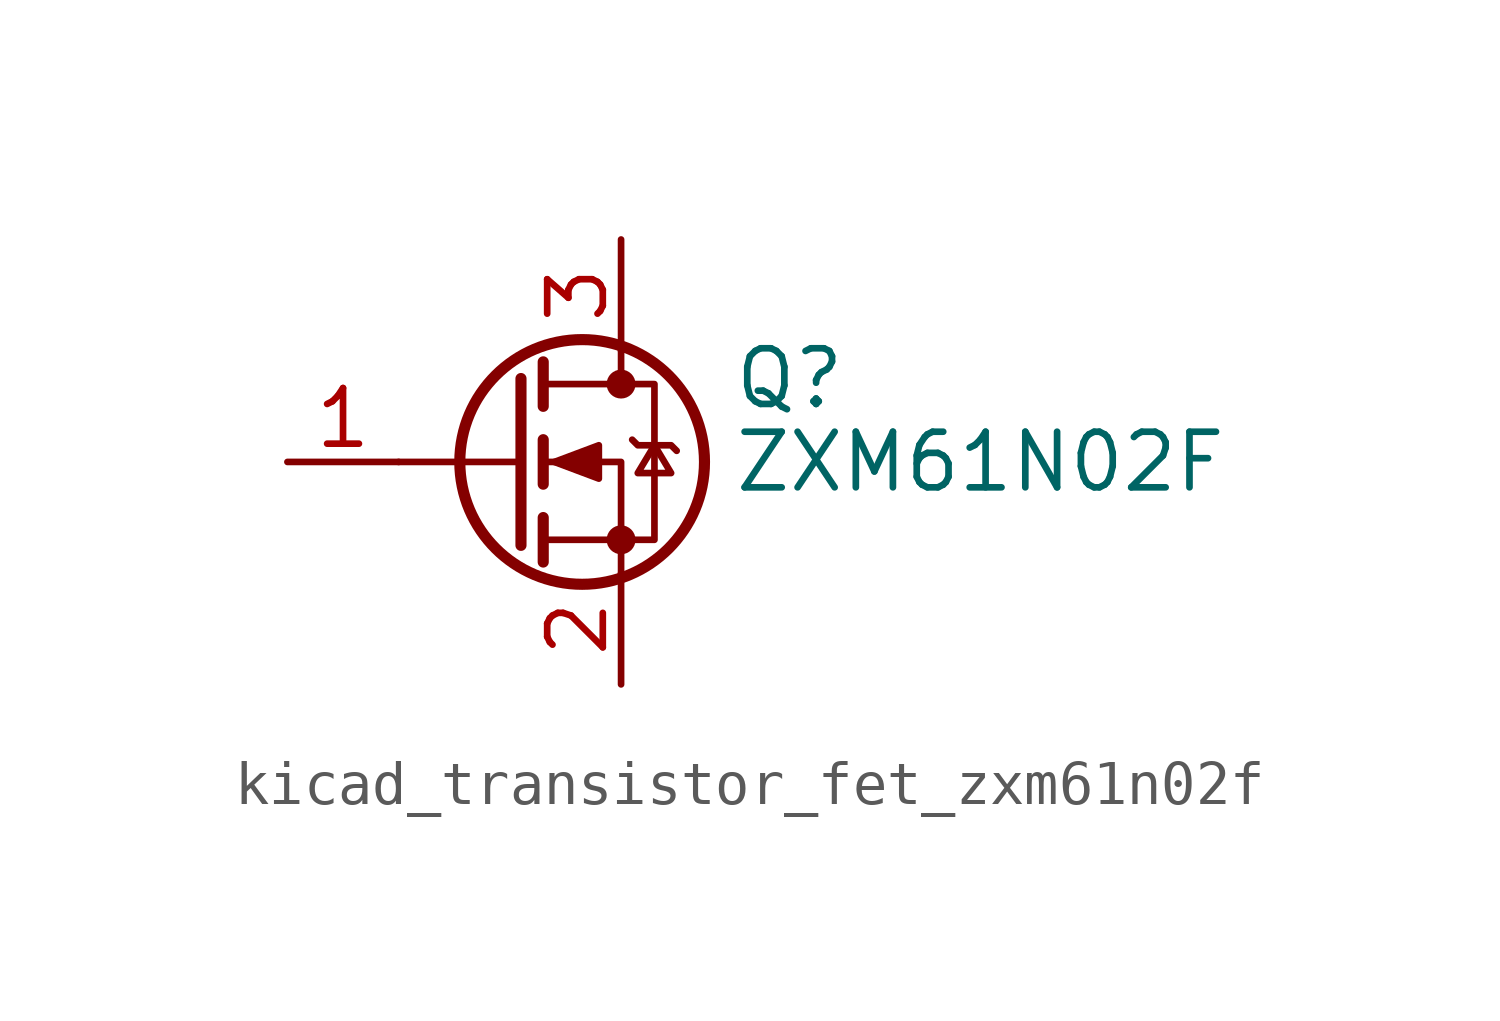
<source format=kicad_sym>
(kicad_symbol_lib
  (version 20220914)
  (generator kicad_symbol_editor)
  (symbol "kicad_transistor_fet_zxm61n02f"
    (pin_names hide)
    (property "Reference" "Q"
      (at 5.08 1.905 0)
      (effects (font (size 1.27 1.27)) (justify left)))
    (property "Value" "ZXM61N02F"
      (at 5.08 0 0)
      (effects (font (size 1.27 1.27)) (justify left)))
    (symbol "kicad_transistor_fet_zxm61n02f_0_1"
      (polyline (pts (xy 0.254 0) (xy -2.54 0)) (stroke (width 0) (type default)) (fill (type none)))
      (polyline (pts (xy 0.254 1.905) (xy 0.254 -1.905)) (stroke (width 0.254) (type default)) (fill (type none)))
      (polyline (pts (xy 0.762 -1.27) (xy 0.762 -2.286)) (stroke (width 0.254) (type default)) (fill (type none)))
      (polyline (pts (xy 0.762 0.508) (xy 0.762 -0.508)) (stroke (width 0.254) (type default)) (fill (type none)))
      (polyline (pts (xy 0.762 2.286) (xy 0.762 1.27)) (stroke (width 0.254) (type default)) (fill (type none)))
      (polyline (pts (xy 2.54 2.54) (xy 2.54 1.778)) (stroke (width 0) (type default)) (fill (type none)))
      (polyline (pts (xy 2.54 -2.54) (xy 2.54 0) (xy 0.762 0)) (stroke (width 0) (type default)) (fill (type none)))
      (polyline (pts (xy 0.762 -1.778) (xy 3.302 -1.778) (xy 3.302 1.778) (xy 0.762 1.778)) (stroke (width 0) (type default)) (fill (type none)))
      (polyline (pts (xy 1.016 0) (xy 2.032 0.381) (xy 2.032 -0.381) (xy 1.016 0)) (stroke (width 0) (type default)) (fill (type outline)))
      (polyline (pts (xy 2.794 0.508) (xy 2.921 0.381) (xy 3.683 0.381) (xy 3.81 0.254)) (stroke (width 0) (type default)) (fill (type none)))
      (polyline (pts (xy 3.302 0.381) (xy 2.921 -0.254) (xy 3.683 -0.254) (xy 3.302 0.381)) (stroke (width 0) (type default)) (fill (type none)))
      (circle (center 1.651 0) (radius 2.794) (stroke (width 0.254) (type default)) (fill (type none)))
      (circle (center 2.54 -1.778) (radius 0.254) (stroke (width 0) (type default)) (fill (type outline)))
      (circle (center 2.54 1.778) (radius 0.254) (stroke (width 0) (type default)) (fill (type outline))))
    (symbol "kicad_transistor_fet_zxm61n02f_1_1"
      (pin input line (at -5.08 0 0) (length 2.54) (name "G" (effects (font (size 1.27 1.27)))) (number "1" (effects (font (size 1.27 1.27)))))
      (pin passive line (at 2.54 -5.08 90) (length 2.54) (name "S" (effects (font (size 1.27 1.27)))) (number "2" (effects (font (size 1.27 1.27)))))
      (pin passive line (at 2.54 5.08 270) (length 2.54) (name "D" (effects (font (size 1.27 1.27)))) (number "3" (effects (font (size 1.27 1.27))))))))
</source>
